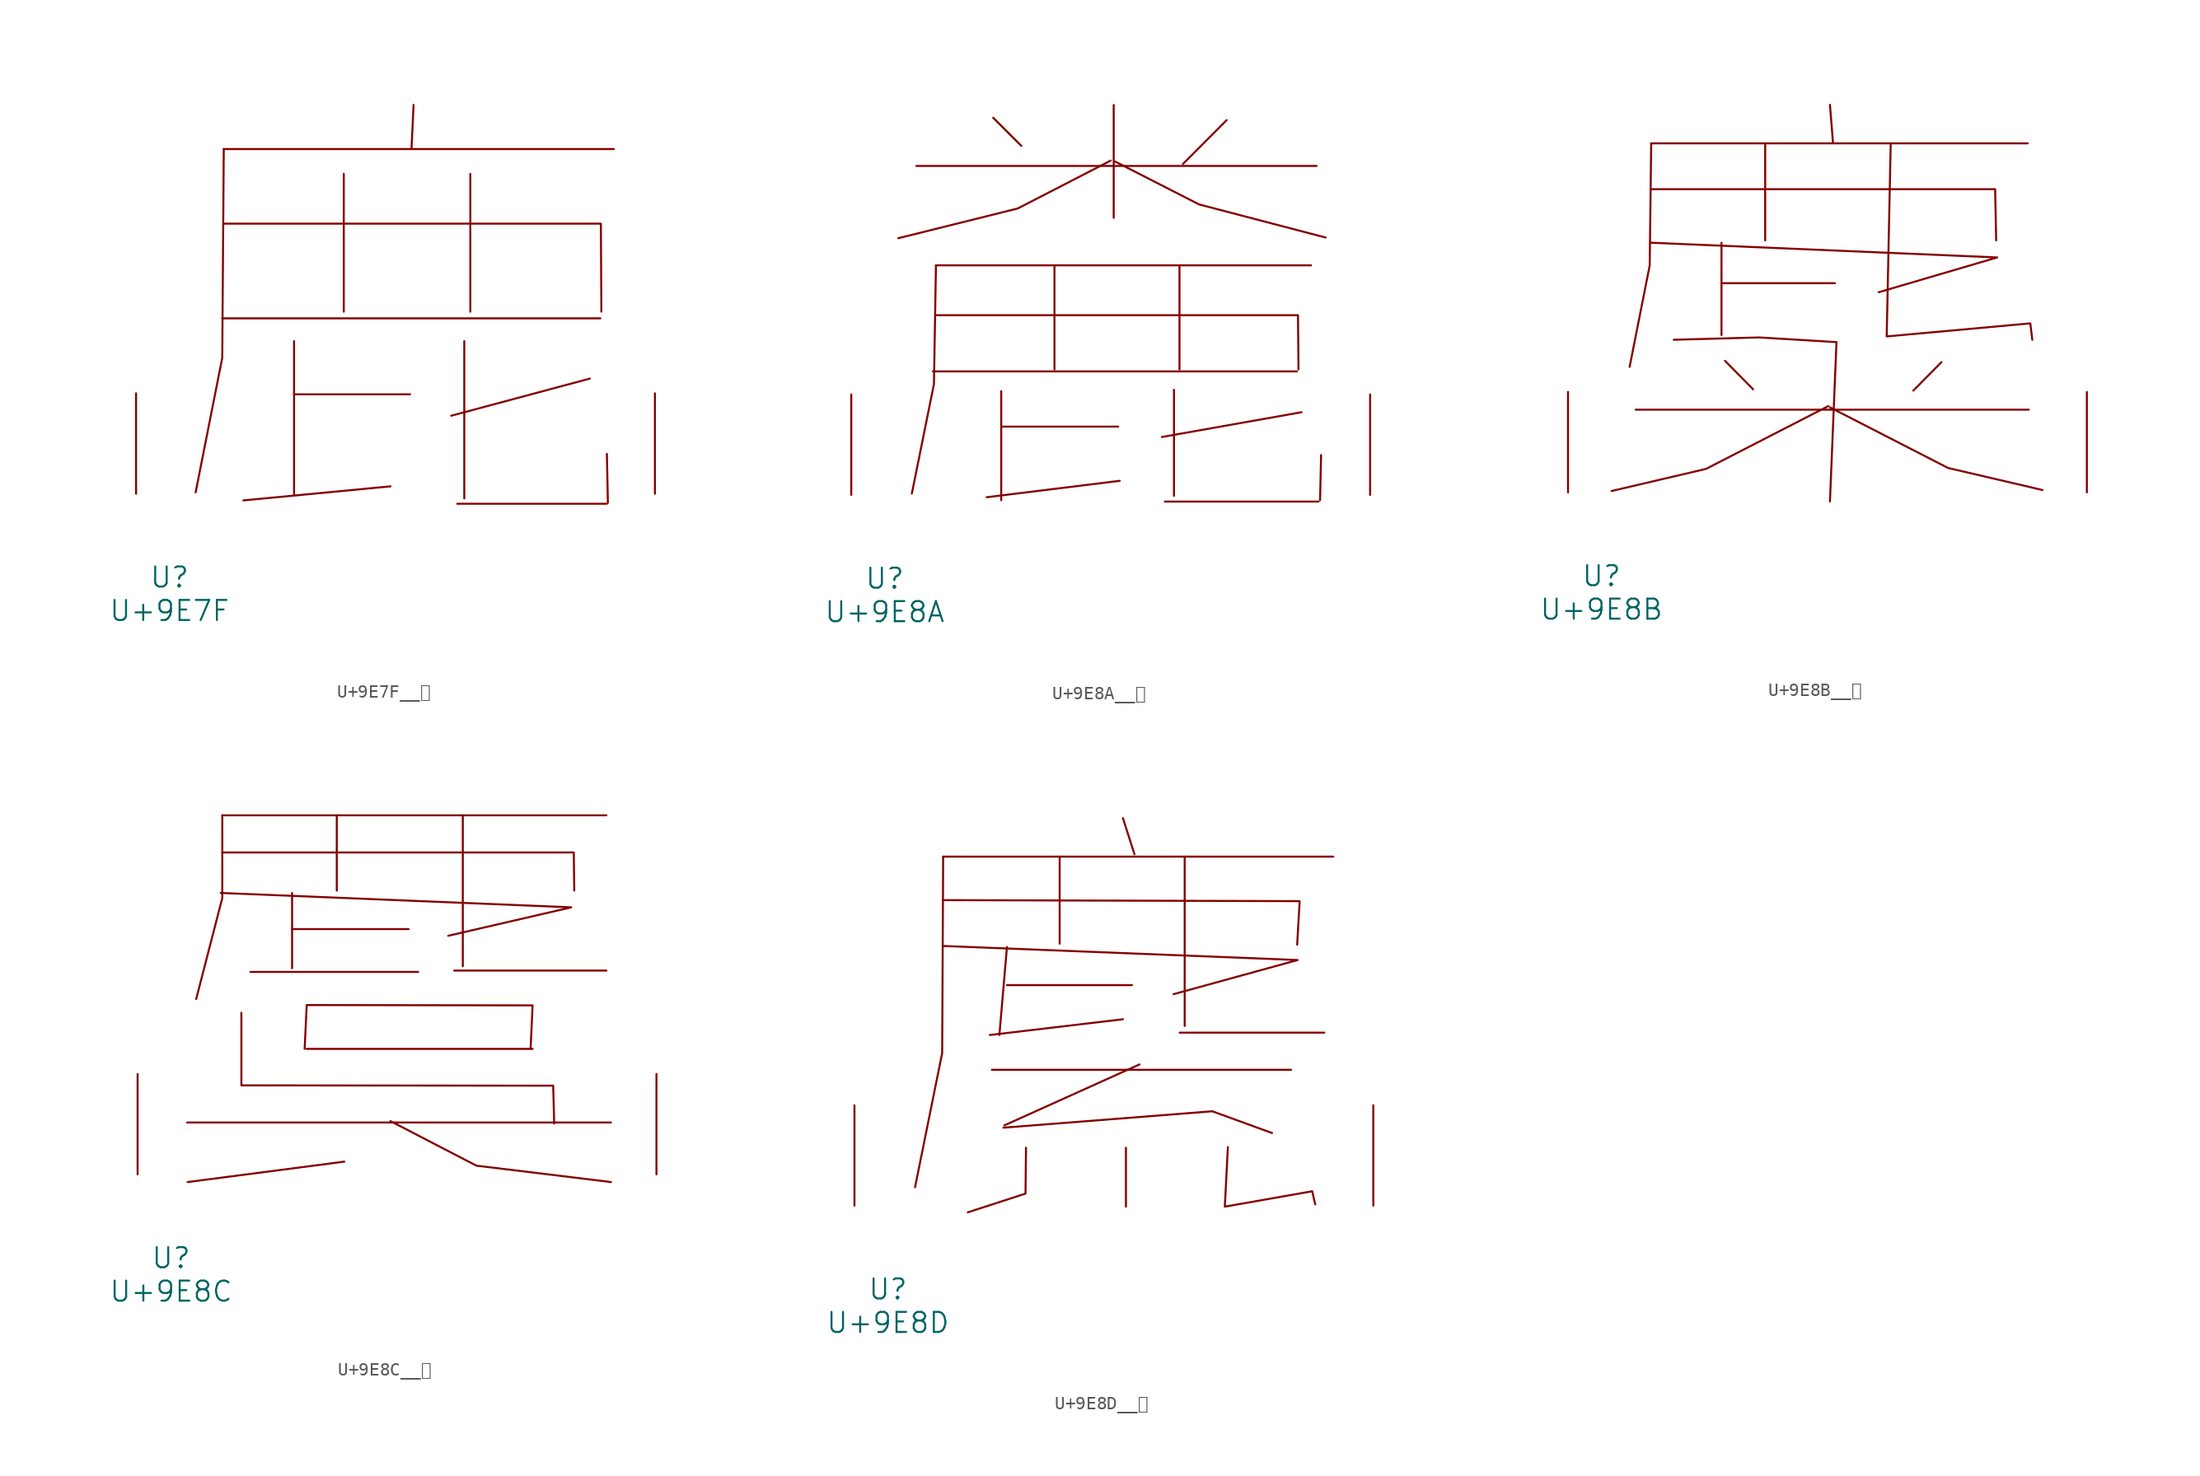
<source format=kicad_sym>
(kicad_symbol_lib
  (version 20231120)
  (generator "kicad_symbol_editor")
  (generator_version "8.0")
  (symbol "U+9E7F__鹿"
    (pin_names
      (offset 1.016))
    (property "Reference" "U"
      (at 0 -6.35 0)
      (effects (font (size 1.524 1.524))))
    (property "Value" "U+9E7F"
      (at 0 -8.89 0)
      (effects (font (size 1.524 1.524))))
    (symbol "U+9E7F__鹿_0_1"
      (polyline (pts (xy 4 13.31) (xy 32.69 13.31)) (stroke (width 0) (type solid)) (fill (type none)))
      (polyline (pts (xy 4.115 26.162) (xy 33.718 26.162)) (stroke (width 0) (type solid)) (fill (type none)))
      (polyline (pts (xy 9.449 7.544) (xy 18.25 7.544)) (stroke (width 0) (type solid)) (fill (type none)))
      (polyline (pts (xy 9.449 11.582) (xy 9.449 -0.076)) (stroke (width 0) (type solid)) (fill (type none)))
      (polyline (pts (xy 13.221 24.282) (xy 13.221 13.818)) (stroke (width 0) (type solid)) (fill (type none)))
      (polyline (pts (xy 16.764 0.559) (xy 5.601 -0.508)) (stroke (width 0) (type solid)) (fill (type none)))
      (polyline (pts (xy 18.517 29.515) (xy 18.364 26.238)) (stroke (width 0) (type solid)) (fill (type none)))
      (polyline (pts (xy 21.831 -0.762) (xy 33.185 -0.762)) (stroke (width 0) (type solid)) (fill (type none)))
      (polyline (pts (xy 22.365 11.582) (xy 22.365 -0.356)) (stroke (width 0) (type solid)) (fill (type none)))
      (polyline (pts (xy 22.822 24.282) (xy 22.822 13.818)) (stroke (width 0) (type solid)) (fill (type none)))
      (polyline (pts (xy 31.89 8.738) (xy 21.374 5.918)) (stroke (width 0) (type solid)) (fill (type none)))
      (polyline (pts (xy 33.185 3.023) (xy 33.261 -0.686)) (stroke (width 0) (type solid)) (fill (type none)))
      (polyline (pts (xy 4.115 20.498) (xy 32.728 20.498) (xy 32.766 13.818)) (stroke (width 0) (type solid)) (fill (type none)))
      (polyline (pts (xy 4.115 26.162) (xy 4 10.312) (xy 1.981 0.102)) (stroke (width 0) (type solid)) (fill (type none)))
      (pin input line (at -2.54 0 90) (length 7.62) (name "~" (effects (font (size 1.27 1.27)))) (number "~" (effects (font (size 1.27 1.27)))))
      (pin input line (at 36.83 0 90) (length 7.62) (name "~" (effects (font (size 1.27 1.27)))) (number "~" (effects (font (size 1.27 1.27)))))))
  (symbol "U+9E8A__麊"
    (pin_names
      (offset 1.016))
    (property "Reference" "U"
      (at 0 -6.35 0)
      (effects (font (size 1.524 1.524))))
    (property "Value" "U+9E8A"
      (at 0 -8.89 0)
      (effects (font (size 1.524 1.524))))
    (symbol "U+9E8A__麊_0_1"
      (polyline (pts (xy 2.4 24.968) (xy 32.766 24.968)) (stroke (width 0) (type solid)) (fill (type none)))
      (polyline (pts (xy 3.658 9.373) (xy 31.28 9.373)) (stroke (width 0) (type solid)) (fill (type none)))
      (polyline (pts (xy 3.886 17.424) (xy 32.347 17.424)) (stroke (width 0) (type solid)) (fill (type none)))
      (polyline (pts (xy 8.23 28.626) (xy 10.363 26.492)) (stroke (width 0) (type solid)) (fill (type none)))
      (polyline (pts (xy 8.839 5.182) (xy 17.716 5.182)) (stroke (width 0) (type solid)) (fill (type none)))
      (polyline (pts (xy 8.839 7.874) (xy 8.839 -0.406)) (stroke (width 0) (type solid)) (fill (type none)))
      (polyline (pts (xy 12.878 17.424) (xy 12.878 9.525)) (stroke (width 0) (type solid)) (fill (type none)))
      (polyline (pts (xy 17.374 29.591) (xy 17.374 21.031)) (stroke (width 0) (type solid)) (fill (type none)))
      (polyline (pts (xy 17.831 1.067) (xy 7.734 -0.178)) (stroke (width 0) (type solid)) (fill (type none)))
      (polyline (pts (xy 21.26 -0.508) (xy 32.918 -0.508)) (stroke (width 0) (type solid)) (fill (type none)))
      (polyline (pts (xy 21.946 7.976) (xy 21.946 -0.076)) (stroke (width 0) (type solid)) (fill (type none)))
      (polyline (pts (xy 22.365 17.424) (xy 22.365 9.525)) (stroke (width 0) (type solid)) (fill (type none)))
      (polyline (pts (xy 25.946 28.448) (xy 22.631 25.121)) (stroke (width 0) (type solid)) (fill (type none)))
      (polyline (pts (xy 31.623 6.274) (xy 21.031 4.394)) (stroke (width 0) (type solid)) (fill (type none)))
      (polyline (pts (xy 33.109 3.023) (xy 33.033 -0.406)) (stroke (width 0) (type solid)) (fill (type none)))
      (polyline (pts (xy 3.886 13.64) (xy 31.356 13.64) (xy 31.394 9.525)) (stroke (width 0) (type solid)) (fill (type none)))
      (polyline (pts (xy 3.886 17.424) (xy 3.734 8.407) (xy 2.057 0.102)) (stroke (width 0) (type solid)) (fill (type none)))
      (polyline (pts (xy 17.145 25.375) (xy 10.097 21.742) (xy 1.029 19.482)) (stroke (width 0) (type solid)) (fill (type none)))
      (polyline (pts (xy 17.488 25.298) (xy 23.851 22.047) (xy 33.452 19.533)) (stroke (width 0) (type solid)) (fill (type none)))
      (pin input line (at -2.54 0 90) (length 7.62) (name "~" (effects (font (size 1.27 1.27)))) (number "~" (effects (font (size 1.27 1.27)))))
      (pin input line (at 36.83 0 90) (length 7.62) (name "~" (effects (font (size 1.27 1.27)))) (number "~" (effects (font (size 1.27 1.27)))))))
  (symbol "U+9E8B__麋"
    (pin_names
      (offset 1.016))
    (property "Reference" "U"
      (at 0 -6.35 0)
      (effects (font (size 1.524 1.524))))
    (property "Value" "U+9E8B"
      (at 0 -8.89 0)
      (effects (font (size 1.524 1.524))))
    (symbol "U+9E8B__麋_0_1"
      (polyline (pts (xy 2.591 6.274) (xy 32.423 6.274)) (stroke (width 0) (type solid)) (fill (type none)))
      (polyline (pts (xy 3.772 26.492) (xy 32.347 26.492)) (stroke (width 0) (type solid)) (fill (type none)))
      (polyline (pts (xy 9.106 15.875) (xy 17.716 15.875)) (stroke (width 0) (type solid)) (fill (type none)))
      (polyline (pts (xy 9.106 18.948) (xy 9.106 11.938)) (stroke (width 0) (type solid)) (fill (type none)))
      (polyline (pts (xy 9.373 9.982) (xy 11.506 7.823)) (stroke (width 0) (type solid)) (fill (type none)))
      (polyline (pts (xy 12.421 26.492) (xy 12.421 19.126)) (stroke (width 0) (type solid)) (fill (type none)))
      (polyline (pts (xy 17.335 29.413) (xy 17.564 26.568)) (stroke (width 0) (type solid)) (fill (type none)))
      (polyline (pts (xy 25.794 9.881) (xy 23.66 7.722)) (stroke (width 0) (type solid)) (fill (type none)))
      (polyline (pts (xy 3.772 18.948) (xy 30.023 17.831) (xy 21.031 15.189)) (stroke (width 0) (type solid)) (fill (type none)))
      (polyline (pts (xy 3.772 23.012) (xy 29.87 23.012) (xy 29.947 19.126)) (stroke (width 0) (type solid)) (fill (type none)))
      (polyline (pts (xy 3.772 26.492) (xy 3.658 17.221) (xy 2.134 9.525)) (stroke (width 0) (type solid)) (fill (type none)))
      (polyline (pts (xy 17.221 6.553) (xy 7.925 1.778) (xy 0.762 0.102)) (stroke (width 0) (type solid)) (fill (type none)))
      (polyline (pts (xy 17.335 6.452) (xy 26.289 1.854) (xy 33.452 0.178)) (stroke (width 0) (type solid)) (fill (type none)))
      (polyline (pts (xy 5.486 11.582) (xy 11.963 11.76) (xy 17.831 11.405) (xy 17.335 -0.686)) (stroke (width 0) (type solid)) (fill (type none)))
      (polyline (pts (xy 21.946 26.492) (xy 21.641 11.836) (xy 32.537 12.827) (xy 32.69 11.582)) (stroke (width 0) (type solid)) (fill (type none)))
      (pin input line (at -2.54 0 90) (length 7.62) (name "~" (effects (font (size 1.27 1.27)))) (number "~" (effects (font (size 1.27 1.27)))))
      (pin input line (at 36.83 0 90) (length 7.62) (name "~" (effects (font (size 1.27 1.27)))) (number "~" (effects (font (size 1.27 1.27)))))))
  (symbol "U+9E8C__麌"
    (pin_names
      (offset 1.016))
    (property "Reference" "U"
      (at 0 -6.35 0)
      (effects (font (size 1.524 1.524))))
    (property "Value" "U+9E8C"
      (at 0 -8.89 0)
      (effects (font (size 1.524 1.524))))
    (symbol "U+9E8C__麌_0_1"
      (polyline (pts (xy 1.219 3.937) (xy 33.376 3.937)) (stroke (width 0) (type solid)) (fill (type none)))
      (polyline (pts (xy 3.886 27.254) (xy 33.033 27.254)) (stroke (width 0) (type solid)) (fill (type none)))
      (polyline (pts (xy 6.02 15.367) (xy 18.745 15.367)) (stroke (width 0) (type solid)) (fill (type none)))
      (polyline (pts (xy 9.182 18.618) (xy 18.021 18.618)) (stroke (width 0) (type solid)) (fill (type none)))
      (polyline (pts (xy 9.182 21.361) (xy 9.182 15.646)) (stroke (width 0) (type solid)) (fill (type none)))
      (polyline (pts (xy 10.287 9.525) (xy 27.432 9.525)) (stroke (width 0) (type solid)) (fill (type none)))
      (polyline (pts (xy 10.287 12.776) (xy 10.135 9.525)) (stroke (width 0) (type solid)) (fill (type none)))
      (polyline (pts (xy 12.573 27.254) (xy 12.573 21.539)) (stroke (width 0) (type solid)) (fill (type none)))
      (polyline (pts (xy 13.145 0.965) (xy 1.257 -0.584)) (stroke (width 0) (type solid)) (fill (type none)))
      (polyline (pts (xy 21.488 15.469) (xy 33.033 15.469)) (stroke (width 0) (type solid)) (fill (type none)))
      (polyline (pts (xy 22.136 27.254) (xy 22.136 15.799)) (stroke (width 0) (type solid)) (fill (type none)))
      (polyline (pts (xy 3.772 21.361) (xy 30.366 20.269) (xy 21.031 18.11)) (stroke (width 0) (type solid)) (fill (type none)))
      (polyline (pts (xy 3.886 24.435) (xy 30.556 24.435) (xy 30.594 21.539)) (stroke (width 0) (type solid)) (fill (type none)))
      (polyline (pts (xy 3.886 27.254) (xy 3.886 20.98) (xy 1.905 13.31)) (stroke (width 0) (type solid)) (fill (type none)))
      (polyline (pts (xy 10.287 12.852) (xy 27.432 12.827) (xy 27.28 9.525)) (stroke (width 0) (type solid)) (fill (type none)))
      (polyline (pts (xy 16.65 4.039) (xy 23.165 0.66) (xy 33.376 -0.584)) (stroke (width 0) (type solid)) (fill (type none)))
      (polyline (pts (xy 5.334 12.268) (xy 5.334 6.756) (xy 28.994 6.731) (xy 29.07 3.861)) (stroke (width 0) (type solid)) (fill (type none)))
      (pin input line (at -2.54 0 90) (length 7.62) (name "~" (effects (font (size 1.27 1.27)))) (number "~" (effects (font (size 1.27 1.27)))))
      (pin input line (at 36.83 0 90) (length 7.62) (name "~" (effects (font (size 1.27 1.27)))) (number "~" (effects (font (size 1.27 1.27)))))))
  (symbol "U+9E8D__麍"
    (pin_names
      (offset 1.016))
    (property "Reference" "U"
      (at 0 -6.35 0)
      (effects (font (size 1.524 1.524))))
    (property "Value" "U+9E8D"
      (at 0 -8.89 0)
      (effects (font (size 1.524 1.524))))
    (symbol "U+9E8D__麍_0_1"
      (polyline (pts (xy 4.191 26.492) (xy 33.795 26.492)) (stroke (width 0) (type solid)) (fill (type none)))
      (polyline (pts (xy 7.887 10.312) (xy 30.594 10.312)) (stroke (width 0) (type solid)) (fill (type none)))
      (polyline (pts (xy 9.03 16.739) (xy 18.517 16.739)) (stroke (width 0) (type solid)) (fill (type none)))
      (polyline (pts (xy 9.03 19.634) (xy 8.458 12.954)) (stroke (width 0) (type solid)) (fill (type none)))
      (polyline (pts (xy 13.03 26.492) (xy 13.03 19.888)) (stroke (width 0) (type solid)) (fill (type none)))
      (polyline (pts (xy 17.831 14.148) (xy 7.734 12.954)) (stroke (width 0) (type solid)) (fill (type none)))
      (polyline (pts (xy 17.831 29.413) (xy 18.707 26.67)) (stroke (width 0) (type solid)) (fill (type none)))
      (polyline (pts (xy 18.059 4.394) (xy 18.059 -0.076)) (stroke (width 0) (type solid)) (fill (type none)))
      (polyline (pts (xy 19.088 10.719) (xy 8.839 6.096)) (stroke (width 0) (type solid)) (fill (type none)))
      (polyline (pts (xy 22.136 13.132) (xy 33.109 13.132)) (stroke (width 0) (type solid)) (fill (type none)))
      (polyline (pts (xy 22.517 26.492) (xy 22.517 13.64)) (stroke (width 0) (type solid)) (fill (type none)))
      (polyline (pts (xy 4.191 19.71) (xy 31.09 18.644) (xy 21.679 16.053)) (stroke (width 0) (type solid)) (fill (type none)))
      (polyline (pts (xy 4.191 23.19) (xy 31.242 23.114) (xy 31.052 19.812)) (stroke (width 0) (type solid)) (fill (type none)))
      (polyline (pts (xy 4.191 26.492) (xy 4.115 11.582) (xy 2.057 1.397)) (stroke (width 0) (type solid)) (fill (type none)))
      (polyline (pts (xy 8.763 5.918) (xy 24.613 7.163) (xy 29.146 5.512)) (stroke (width 0) (type solid)) (fill (type none)))
      (polyline (pts (xy 10.477 4.394) (xy 10.439 0.914) (xy 6.058 -0.508)) (stroke (width 0) (type solid)) (fill (type none)))
      (polyline (pts (xy 25.794 4.445) (xy 25.565 -0.076) (xy 32.194 1.092) (xy 32.423 0.102)) (stroke (width 0) (type solid)) (fill (type none)))
      (pin input line (at -2.54 0 90) (length 7.62) (name "~" (effects (font (size 1.27 1.27)))) (number "~" (effects (font (size 1.27 1.27)))))
      (pin input line (at 36.83 0 90) (length 7.62) (name "~" (effects (font (size 1.27 1.27)))) (number "~" (effects (font (size 1.27 1.27))))))))
</source>
